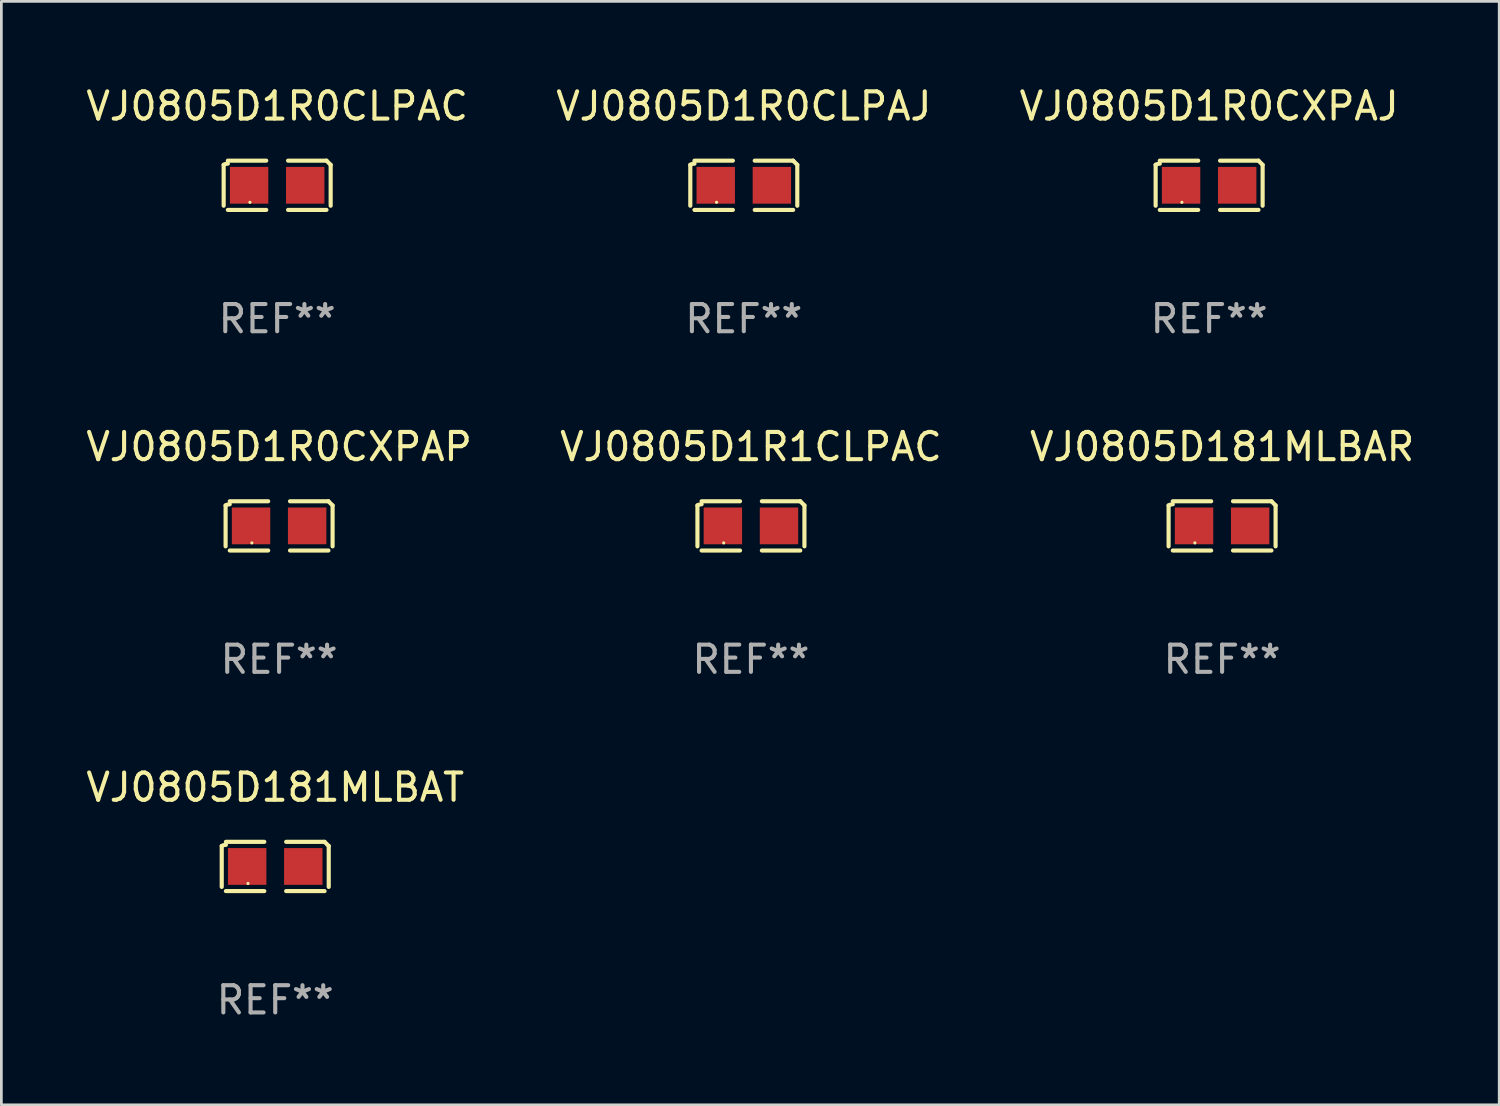
<source format=kicad_pcb>
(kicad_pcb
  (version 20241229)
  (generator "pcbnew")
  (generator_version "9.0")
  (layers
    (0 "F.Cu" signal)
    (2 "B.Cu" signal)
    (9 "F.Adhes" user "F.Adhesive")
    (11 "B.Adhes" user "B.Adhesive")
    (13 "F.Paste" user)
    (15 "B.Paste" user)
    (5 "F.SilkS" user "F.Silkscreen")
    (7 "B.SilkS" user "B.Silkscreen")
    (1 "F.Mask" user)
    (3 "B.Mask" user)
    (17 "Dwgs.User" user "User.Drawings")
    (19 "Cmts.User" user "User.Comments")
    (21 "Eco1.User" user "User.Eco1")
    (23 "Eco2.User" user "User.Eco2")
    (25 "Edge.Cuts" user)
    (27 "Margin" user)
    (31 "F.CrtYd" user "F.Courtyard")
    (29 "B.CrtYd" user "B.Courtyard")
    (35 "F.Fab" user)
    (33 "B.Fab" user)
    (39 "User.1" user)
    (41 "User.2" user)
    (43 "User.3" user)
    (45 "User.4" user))
  (footprint "VJ0805D1R0CLPAJ"
    (layer "F.Cu")
    (at 24.256 3.752)
    (property "Reference" "VJ0805D1R0CLPAJ" (at 0 -2.904 0) (layer "F.SilkS") (effects (font (size 1 1) (thickness 0.15))))
    (attr through_hole)
    (fp_line (start -1.964 0.751) (end -1.964 -0.751) (stroke (width 0.152) (type solid)) (layer "F.SilkS"))
    (fp_line (start -1.811 -0.904) (end -0.401 -0.904) (stroke (width 0.152) (type solid)) (layer "F.SilkS"))
    (fp_line (start -0.401 0.904) (end -1.811 0.904) (stroke (width 0.152) (type solid)) (layer "F.SilkS"))
    (fp_line (start 0.401 0.904) (end 1.811 0.904) (stroke (width 0.152) (type solid)) (layer "F.SilkS"))
    (fp_line (start 1.811 -0.904) (end 0.401 -0.904) (stroke (width 0.152) (type solid)) (layer "F.SilkS"))
    (fp_line (start 1.964 0.751) (end 1.964 -0.751) (stroke (width 0.152) (type solid)) (layer "F.SilkS"))
    (fp_arc (start -1.963602 -0.751207) (mid -1.890354 -0.783131) (end -1.811201 -0.794044) (stroke (width 0.1524) (type solid)) (layer "F.SilkS"))
    (fp_arc (start 1.811202 -0.903607) (mid 1.887413 -0.827418) (end 1.963602 -0.751207) (stroke (width 0.1524) (type solid)) (layer "F.SilkS"))
    (fp_circle (center -1 0.625) (end -0.97 0.625) (stroke (width 0.06) (type solid)) (fill no) (layer "F.SilkS"))
    (fp_text user "REF**" (at 0 4.904 0) (layer "F.Fab") (effects (font (size 1 1) (thickness 0.15))))
    (pad "1" smd rect (at -1.03 0) (size 1.41 1.35) (layers "F.Cu" "F.Mask" "F.Paste"))
    (pad "2" smd rect (at 1.03 0) (size 1.41 1.35) (layers "F.Cu" "F.Mask" "F.Paste")))
  (footprint "VJ0805D181MLBAR"
    (layer "F.Cu")
    (at 41.815 16.256)
    (property "Reference" "VJ0805D181MLBAR" (at 0 -2.904 0) (layer "F.SilkS") (effects (font (size 1 1) (thickness 0.15))))
    (attr through_hole)
    (fp_line (start -1.964 0.751) (end -1.964 -0.751) (stroke (width 0.152) (type solid)) (layer "F.SilkS"))
    (fp_line (start -1.811 -0.904) (end -0.401 -0.904) (stroke (width 0.152) (type solid)) (layer "F.SilkS"))
    (fp_line (start -0.401 0.904) (end -1.811 0.904) (stroke (width 0.152) (type solid)) (layer "F.SilkS"))
    (fp_line (start 0.401 0.904) (end 1.811 0.904) (stroke (width 0.152) (type solid)) (layer "F.SilkS"))
    (fp_line (start 1.811 -0.904) (end 0.401 -0.904) (stroke (width 0.152) (type solid)) (layer "F.SilkS"))
    (fp_line (start 1.964 0.751) (end 1.964 -0.751) (stroke (width 0.152) (type solid)) (layer "F.SilkS"))
    (fp_arc (start -1.963602 -0.751207) (mid -1.890354 -0.783131) (end -1.811201 -0.794044) (stroke (width 0.1524) (type solid)) (layer "F.SilkS"))
    (fp_arc (start 1.811202 -0.903607) (mid 1.887413 -0.827418) (end 1.963602 -0.751207) (stroke (width 0.1524) (type solid)) (layer "F.SilkS"))
    (fp_circle (center -1 0.625) (end -0.97 0.625) (stroke (width 0.06) (type solid)) (fill no) (layer "F.SilkS"))
    (fp_text user "REF**" (at 0 4.904 0) (layer "F.Fab") (effects (font (size 1 1) (thickness 0.15))))
    (pad "1" smd rect (at -1.03 0) (size 1.41 1.35) (layers "F.Cu" "F.Mask" "F.Paste"))
    (pad "2" smd rect (at 1.03 0) (size 1.41 1.35) (layers "F.Cu" "F.Mask" "F.Paste")))
  (footprint "VJ0805D1R0CXPAP"
    (layer "F.Cu")
    (at 7.196 16.256)
    (property "Reference" "VJ0805D1R0CXPAP" (at 0 -2.904 0) (layer "F.SilkS") (effects (font (size 1 1) (thickness 0.15))))
    (attr through_hole)
    (fp_line (start -1.964 0.751) (end -1.964 -0.751) (stroke (width 0.152) (type solid)) (layer "F.SilkS"))
    (fp_line (start -1.811 -0.904) (end -0.401 -0.904) (stroke (width 0.152) (type solid)) (layer "F.SilkS"))
    (fp_line (start -0.401 0.904) (end -1.811 0.904) (stroke (width 0.152) (type solid)) (layer "F.SilkS"))
    (fp_line (start 0.401 0.904) (end 1.811 0.904) (stroke (width 0.152) (type solid)) (layer "F.SilkS"))
    (fp_line (start 1.811 -0.904) (end 0.401 -0.904) (stroke (width 0.152) (type solid)) (layer "F.SilkS"))
    (fp_line (start 1.964 0.751) (end 1.964 -0.751) (stroke (width 0.152) (type solid)) (layer "F.SilkS"))
    (fp_arc (start -1.963602 -0.751207) (mid -1.890354 -0.783131) (end -1.811201 -0.794044) (stroke (width 0.1524) (type solid)) (layer "F.SilkS"))
    (fp_arc (start 1.811202 -0.903607) (mid 1.887413 -0.827418) (end 1.963602 -0.751207) (stroke (width 0.1524) (type solid)) (layer "F.SilkS"))
    (fp_circle (center -1 0.625) (end -0.97 0.625) (stroke (width 0.06) (type solid)) (fill no) (layer "F.SilkS"))
    (fp_text user "REF**" (at 0 4.904 0) (layer "F.Fab") (effects (font (size 1 1) (thickness 0.15))))
    (pad "1" smd rect (at -1.03 0) (size 1.41 1.35) (layers "F.Cu" "F.Mask" "F.Paste"))
    (pad "2" smd rect (at 1.03 0) (size 1.41 1.35) (layers "F.Cu" "F.Mask" "F.Paste")))
  (footprint "VJ0805D1R0CXPAJ"
    (layer "F.Cu")
    (at 41.339 3.752)
    (property "Reference" "VJ0805D1R0CXPAJ" (at 0 -2.904 0) (layer "F.SilkS") (effects (font (size 1 1) (thickness 0.15))))
    (attr through_hole)
    (fp_line (start -1.964 0.751) (end -1.964 -0.751) (stroke (width 0.152) (type solid)) (layer "F.SilkS"))
    (fp_line (start -1.811 -0.904) (end -0.401 -0.904) (stroke (width 0.152) (type solid)) (layer "F.SilkS"))
    (fp_line (start -0.401 0.904) (end -1.811 0.904) (stroke (width 0.152) (type solid)) (layer "F.SilkS"))
    (fp_line (start 0.401 0.904) (end 1.811 0.904) (stroke (width 0.152) (type solid)) (layer "F.SilkS"))
    (fp_line (start 1.811 -0.904) (end 0.401 -0.904) (stroke (width 0.152) (type solid)) (layer "F.SilkS"))
    (fp_line (start 1.964 0.751) (end 1.964 -0.751) (stroke (width 0.152) (type solid)) (layer "F.SilkS"))
    (fp_arc (start -1.963602 -0.751207) (mid -1.890354 -0.783131) (end -1.811201 -0.794044) (stroke (width 0.1524) (type solid)) (layer "F.SilkS"))
    (fp_arc (start 1.811202 -0.903607) (mid 1.887413 -0.827418) (end 1.963602 -0.751207) (stroke (width 0.1524) (type solid)) (layer "F.SilkS"))
    (fp_circle (center -1 0.625) (end -0.97 0.625) (stroke (width 0.06) (type solid)) (fill no) (layer "F.SilkS"))
    (fp_text user "REF**" (at 0 4.904 0) (layer "F.Fab") (effects (font (size 1 1) (thickness 0.15))))
    (pad "1" smd rect (at -1.03 0) (size 1.41 1.35) (layers "F.Cu" "F.Mask" "F.Paste"))
    (pad "2" smd rect (at 1.03 0) (size 1.41 1.35) (layers "F.Cu" "F.Mask" "F.Paste")))
  (footprint "VJ0805D1R0CLPAC"
    (layer "F.Cu")
    (at 7.125 3.752)
    (property "Reference" "VJ0805D1R0CLPAC" (at 0 -2.904 0) (layer "F.SilkS") (effects (font (size 1 1) (thickness 0.15))))
    (attr through_hole)
    (fp_line (start -1.964 0.751) (end -1.964 -0.751) (stroke (width 0.152) (type solid)) (layer "F.SilkS"))
    (fp_line (start -1.811 -0.904) (end -0.401 -0.904) (stroke (width 0.152) (type solid)) (layer "F.SilkS"))
    (fp_line (start -0.401 0.904) (end -1.811 0.904) (stroke (width 0.152) (type solid)) (layer "F.SilkS"))
    (fp_line (start 0.401 0.904) (end 1.811 0.904) (stroke (width 0.152) (type solid)) (layer "F.SilkS"))
    (fp_line (start 1.811 -0.904) (end 0.401 -0.904) (stroke (width 0.152) (type solid)) (layer "F.SilkS"))
    (fp_line (start 1.964 0.751) (end 1.964 -0.751) (stroke (width 0.152) (type solid)) (layer "F.SilkS"))
    (fp_arc (start -1.963602 -0.751207) (mid -1.890354 -0.783131) (end -1.811201 -0.794044) (stroke (width 0.1524) (type solid)) (layer "F.SilkS"))
    (fp_arc (start 1.811202 -0.903607) (mid 1.887413 -0.827418) (end 1.963602 -0.751207) (stroke (width 0.1524) (type solid)) (layer "F.SilkS"))
    (fp_circle (center -1 0.625) (end -0.97 0.625) (stroke (width 0.06) (type solid)) (fill no) (layer "F.SilkS"))
    (fp_text user "REF**" (at 0 4.904 0) (layer "F.Fab") (effects (font (size 1 1) (thickness 0.15))))
    (pad "1" smd rect (at -1.03 0) (size 1.41 1.35) (layers "F.Cu" "F.Mask" "F.Paste"))
    (pad "2" smd rect (at 1.03 0) (size 1.41 1.35) (layers "F.Cu" "F.Mask" "F.Paste")))
  (footprint "VJ0805D181MLBAT"
    (layer "F.Cu")
    (at 7.054 28.759)
    (property "Reference" "VJ0805D181MLBAT" (at 0 -2.904 0) (layer "F.SilkS") (effects (font (size 1 1) (thickness 0.15))))
    (attr through_hole)
    (fp_line (start -1.964 0.751) (end -1.964 -0.751) (stroke (width 0.152) (type solid)) (layer "F.SilkS"))
    (fp_line (start -1.811 -0.904) (end -0.401 -0.904) (stroke (width 0.152) (type solid)) (layer "F.SilkS"))
    (fp_line (start -0.401 0.904) (end -1.811 0.904) (stroke (width 0.152) (type solid)) (layer "F.SilkS"))
    (fp_line (start 0.401 0.904) (end 1.811 0.904) (stroke (width 0.152) (type solid)) (layer "F.SilkS"))
    (fp_line (start 1.811 -0.904) (end 0.401 -0.904) (stroke (width 0.152) (type solid)) (layer "F.SilkS"))
    (fp_line (start 1.964 0.751) (end 1.964 -0.751) (stroke (width 0.152) (type solid)) (layer "F.SilkS"))
    (fp_arc (start -1.963602 -0.751207) (mid -1.890354 -0.783131) (end -1.811201 -0.794044) (stroke (width 0.1524) (type solid)) (layer "F.SilkS"))
    (fp_arc (start 1.811202 -0.903607) (mid 1.887413 -0.827418) (end 1.963602 -0.751207) (stroke (width 0.1524) (type solid)) (layer "F.SilkS"))
    (fp_circle (center -1 0.625) (end -0.97 0.625) (stroke (width 0.06) (type solid)) (fill no) (layer "F.SilkS"))
    (fp_text user "REF**" (at 0 4.904 0) (layer "F.Fab") (effects (font (size 1 1) (thickness 0.15))))
    (pad "1" smd rect (at -1.03 0) (size 1.41 1.35) (layers "F.Cu" "F.Mask" "F.Paste"))
    (pad "2" smd rect (at 1.03 0) (size 1.41 1.35) (layers "F.Cu" "F.Mask" "F.Paste")))
  (footprint "VJ0805D1R1CLPAC"
    (layer "F.Cu")
    (at 24.518 16.256)
    (property "Reference" "VJ0805D1R1CLPAC" (at 0 -2.904 0) (layer "F.SilkS") (effects (font (size 1 1) (thickness 0.15))))
    (attr through_hole)
    (fp_line (start -1.964 0.751) (end -1.964 -0.751) (stroke (width 0.152) (type solid)) (layer "F.SilkS"))
    (fp_line (start -1.811 -0.904) (end -0.401 -0.904) (stroke (width 0.152) (type solid)) (layer "F.SilkS"))
    (fp_line (start -0.401 0.904) (end -1.811 0.904) (stroke (width 0.152) (type solid)) (layer "F.SilkS"))
    (fp_line (start 0.401 0.904) (end 1.811 0.904) (stroke (width 0.152) (type solid)) (layer "F.SilkS"))
    (fp_line (start 1.811 -0.904) (end 0.401 -0.904) (stroke (width 0.152) (type solid)) (layer "F.SilkS"))
    (fp_line (start 1.964 0.751) (end 1.964 -0.751) (stroke (width 0.152) (type solid)) (layer "F.SilkS"))
    (fp_arc (start -1.963602 -0.751207) (mid -1.890354 -0.783131) (end -1.811201 -0.794044) (stroke (width 0.1524) (type solid)) (layer "F.SilkS"))
    (fp_arc (start 1.811202 -0.903607) (mid 1.887413 -0.827418) (end 1.963602 -0.751207) (stroke (width 0.1524) (type solid)) (layer "F.SilkS"))
    (fp_circle (center -1 0.625) (end -0.97 0.625) (stroke (width 0.06) (type solid)) (fill no) (layer "F.SilkS"))
    (fp_text user "REF**" (at 0 4.904 0) (layer "F.Fab") (effects (font (size 1 1) (thickness 0.15))))
    (pad "1" smd rect (at -1.03 0) (size 1.41 1.35) (layers "F.Cu" "F.Mask" "F.Paste"))
    (pad "2" smd rect (at 1.03 0) (size 1.41 1.35) (layers "F.Cu" "F.Mask" "F.Paste")))
  (gr_rect
    (start -3 -3)
    (end 51.988 37.511)
    (stroke (width 0.1) (type default))
    (fill no)
    (layer "Edge.Cuts")))
</source>
